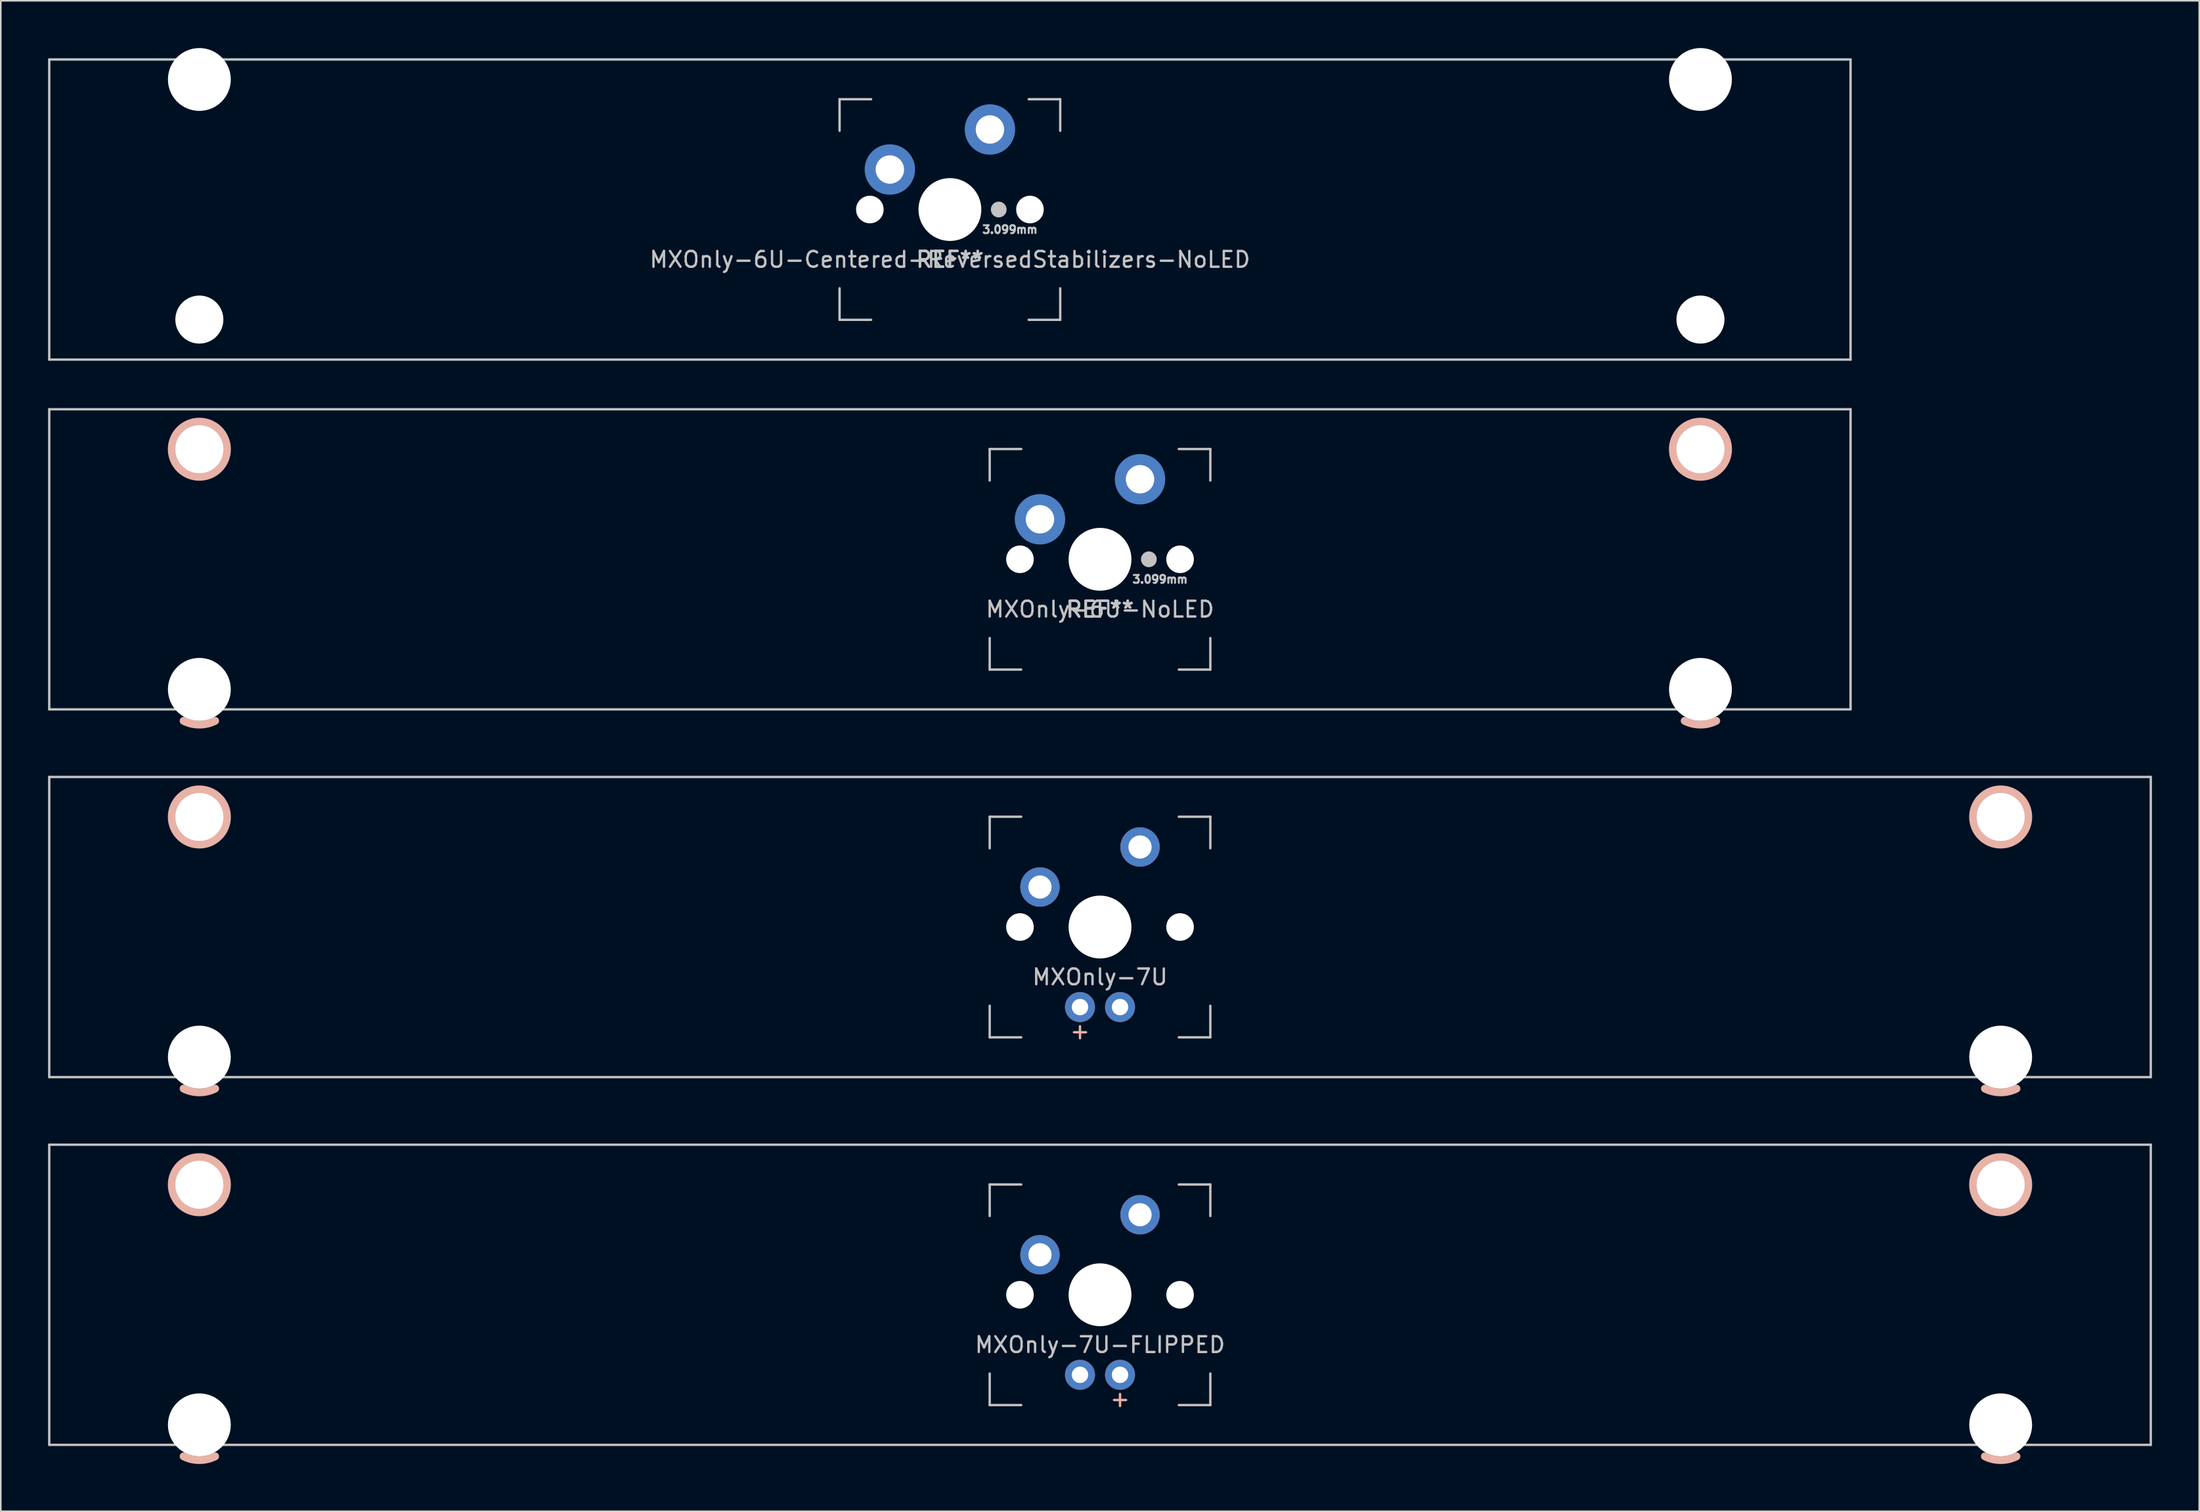
<source format=kicad_pcb>
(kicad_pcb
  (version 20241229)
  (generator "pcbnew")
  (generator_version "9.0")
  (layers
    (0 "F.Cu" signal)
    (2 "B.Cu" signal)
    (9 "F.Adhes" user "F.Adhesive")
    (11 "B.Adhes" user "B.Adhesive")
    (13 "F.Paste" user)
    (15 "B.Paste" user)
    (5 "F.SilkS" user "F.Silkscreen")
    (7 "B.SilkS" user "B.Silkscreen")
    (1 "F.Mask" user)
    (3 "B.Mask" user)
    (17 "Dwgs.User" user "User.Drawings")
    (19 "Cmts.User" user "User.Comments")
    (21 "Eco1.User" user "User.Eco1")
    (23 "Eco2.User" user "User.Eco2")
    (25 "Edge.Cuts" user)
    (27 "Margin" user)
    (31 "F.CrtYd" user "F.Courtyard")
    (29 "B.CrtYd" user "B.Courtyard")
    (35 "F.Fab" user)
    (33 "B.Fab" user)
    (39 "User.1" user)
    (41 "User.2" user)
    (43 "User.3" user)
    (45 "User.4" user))
  (footprint "MXOnly-7U"
    (layer "F.Cu")
    (at 66.75 55.79)
    (property "Reference" "MXOnly-7U" (at 0 3.175 0) (layer "Dwgs.User") (effects (font (size 1 1) (thickness 0.15))))
    (attr through_hole)
    (fp_arc (start -56.15 10.255) (mid -57.149413 10.491068) (end -58.148949 10.255525) (stroke (width 0.5) (type solid)) (layer "B.SilkS"))
    (fp_arc (start 58.15 10.255) (mid 57.150587 10.491068) (end 56.151051 10.255525) (stroke (width 0.5) (type solid)) (layer "B.SilkS"))
    (fp_circle (center -57.15 -6.985) (end -55.4 -6.985) (stroke (width 0.5) (type solid)) (fill no) (layer "B.SilkS"))
    (fp_circle (center 57.15 -6.985) (end 58.9 -6.985) (stroke (width 0.5) (type solid)) (fill no) (layer "B.SilkS"))
    (fp_line (start -66.675 -9.525) (end 66.675 -9.525) (stroke (width 0.15) (type solid)) (layer "Dwgs.User"))
    (fp_line (start -66.675 9.525) (end -66.675 -9.525) (stroke (width 0.15) (type solid)) (layer "Dwgs.User"))
    (fp_line (start -66.675 9.525) (end 66.675 9.525) (stroke (width 0.15) (type solid)) (layer "Dwgs.User"))
    (fp_line (start -7 -7) (end -7 -5) (stroke (width 0.15) (type solid)) (layer "Dwgs.User"))
    (fp_line (start -7 5) (end -7 7) (stroke (width 0.15) (type solid)) (layer "Dwgs.User"))
    (fp_line (start -7 7) (end -5 7) (stroke (width 0.15) (type solid)) (layer "Dwgs.User"))
    (fp_line (start -5 -7) (end -7 -7) (stroke (width 0.15) (type solid)) (layer "Dwgs.User"))
    (fp_line (start 5 -7) (end 7 -7) (stroke (width 0.15) (type solid)) (layer "Dwgs.User"))
    (fp_line (start 5 7) (end 7 7) (stroke (width 0.15) (type solid)) (layer "Dwgs.User"))
    (fp_line (start 7 -7) (end 7 -5) (stroke (width 0.15) (type solid)) (layer "Dwgs.User"))
    (fp_line (start 7 7) (end 7 5) (stroke (width 0.15) (type solid)) (layer "Dwgs.User"))
    (fp_line (start 66.675 -9.525) (end 66.675 9.525) (stroke (width 0.15) (type solid)) (layer "Dwgs.User"))
    (fp_text user "+" (at -1.27 6.604 0) (layer "B.SilkS") (effects (font (size 1 1) (thickness 0.15))))
    (pad "" np_thru_hole circle (at -57.15 -6.985) (size 3.048 3.048) (drill 3.048) (layers "*.Cu" "*.Mask"))
    (pad "" np_thru_hole circle (at -57.15 8.255) (size 3.988 3.988) (drill 3.988) (layers "*.Cu" "*.Mask"))
    (pad "" np_thru_hole circle (at -5.08 0 48.1) (size 1.75 1.75) (drill 1.75) (layers "*.Cu" "*.Mask"))
    (pad "" np_thru_hole circle (at 0 0) (size 3.988 3.988) (drill 3.988) (layers "*.Cu" "*.Mask"))
    (pad "" np_thru_hole circle (at 5.08 0 48.1) (size 1.75 1.75) (drill 1.75) (layers "*.Cu" "*.Mask"))
    (pad "" np_thru_hole circle (at 57.15 -6.985) (size 3.048 3.048) (drill 3.048) (layers "*.Cu" "*.Mask"))
    (pad "" np_thru_hole circle (at 57.15 8.255) (size 3.988 3.988) (drill 3.988) (layers "*.Cu" "*.Mask"))
    (pad "1" thru_hole circle (at -3.81 -2.54) (size 2.5 2.5) (drill 1.47) (layers "*.Cu" "*.Mask"))
    (pad "2" thru_hole circle (at 2.54 -5.08) (size 2.5 2.5) (drill 1.47) (layers "*.Cu" "*.Mask"))
    (pad "3" thru_hole circle (at -1.27 5.08) (size 1.905 1.905) (drill 1.04) (layers "*.Cu" "*.Mask"))
    (pad "4" thru_hole circle (at 1.27 5.08) (size 1.905 1.905) (drill 1.04) (layers "*.Cu" "*.Mask")))
  (footprint "MXOnly-6U-Centered-ReversedStabilizers-NoLED"
    (layer "F.Cu")
    (at 57.225 10.249)
    (property "Reference" "MXOnly-6U-Centered-ReversedStabilizers-NoLED" (at 0 3.175 0) (layer "Dwgs.User") (effects (font (size 1 1) (thickness 0.15))))
    (attr through_hole)
    (fp_line (start -57.15 -9.525) (end 57.15 -9.525) (stroke (width 0.15) (type solid)) (layer "Dwgs.User"))
    (fp_line (start -57.15 9.525) (end -57.15 -9.525) (stroke (width 0.15) (type solid)) (layer "Dwgs.User"))
    (fp_line (start -57.15 9.525) (end 57.15 9.525) (stroke (width 0.15) (type solid)) (layer "Dwgs.User"))
    (fp_line (start -7 -7) (end -7 -5) (stroke (width 0.15) (type solid)) (layer "Dwgs.User"))
    (fp_line (start -7 5) (end -7 7) (stroke (width 0.15) (type solid)) (layer "Dwgs.User"))
    (fp_line (start -7 7) (end -5 7) (stroke (width 0.15) (type solid)) (layer "Dwgs.User"))
    (fp_line (start -5 -7) (end -7 -7) (stroke (width 0.15) (type solid)) (layer "Dwgs.User"))
    (fp_line (start 5 -7) (end 7 -7) (stroke (width 0.15) (type solid)) (layer "Dwgs.User"))
    (fp_line (start 5 7) (end 7 7) (stroke (width 0.15) (type solid)) (layer "Dwgs.User"))
    (fp_line (start 7 -7) (end 7 -5) (stroke (width 0.15) (type solid)) (layer "Dwgs.User"))
    (fp_line (start 7 7) (end 7 5) (stroke (width 0.15) (type solid)) (layer "Dwgs.User"))
    (fp_line (start 57.15 -9.525) (end 57.15 9.525) (stroke (width 0.15) (type solid)) (layer "Dwgs.User"))
    (fp_text user "REF**" (at 0 3.175 0) (layer "Dwgs.User") (effects (font (size 1 1) (thickness 0.15))))
    (fp_text user "REF**" (at 0 3.175 0) (layer "Dwgs.User") (effects (font (size 1 1) (thickness 0.15))))
    (fp_text user "3.099mm" (at 3.81 1.27 0) (layer "Dwgs.User") (effects (font (size 0.5 0.5) (thickness 0.125))))
    (fp_text user "REF**" (at 0 3.175 0) (layer "Dwgs.User") (effects (font (size 1 1) (thickness 0.15))))
    (pad "" np_thru_hole circle (at -47.625 -8.255) (size 3.988 3.988) (drill 3.988) (layers "*.Cu" "*.Mask"))
    (pad "" np_thru_hole circle (at -47.625 6.985) (size 3.048 3.048) (drill 3.048) (layers "*.Cu" "*.Mask"))
    (pad "" np_thru_hole circle (at -5.08 0 48.1) (size 1.75 1.75) (drill 1.75) (layers "*.Cu" "*.Mask"))
    (pad "" smd circle (at -3.81 -2.54) (size 2.8 2.8) (layers "B.Mask"))
    (pad "" np_thru_hole circle (at 0 0) (size 3.988 3.988) (drill 3.988) (layers "*.Cu" "*.Mask"))
    (pad "" smd circle (at 2.54 -5.08) (size 2.8 2.8) (layers "B.Mask"))
    (pad "" smd circle (at 3.099 0) (size 1 1) (layers "Dwgs.User"))
    (pad "" np_thru_hole circle (at 5.08 0 48.1) (size 1.75 1.75) (drill 1.75) (layers "*.Cu" "*.Mask"))
    (pad "" np_thru_hole circle (at 47.625 -8.255) (size 3.988 3.988) (drill 3.988) (layers "*.Cu" "*.Mask"))
    (pad "" np_thru_hole circle (at 47.625 6.985) (size 3.048 3.048) (drill 3.048) (layers "*.Cu" "*.Mask"))
    (pad "1" thru_hole circle (at -3.81 -2.54) (size 2.4 2.4) (drill 1.8) (layers "*.Cu"))
    (pad "1" smd circle (at -3.81 -2.54) (size 3.2 3.2) (layers "B.Cu"))
    (pad "2" thru_hole circle (at 2.54 -5.08) (size 2.4 2.4) (drill 1.8) (layers "*.Cu"))
    (pad "2" smd circle (at 2.54 -5.08) (size 3.2 3.2) (layers "B.Cu")))
  (footprint "MXOnly-7U-FLIPPED"
    (layer "F.Cu")
    (at 66.75 79.131)
    (property "Reference" "MXOnly-7U-FLIPPED" (at 0 3.175 0) (layer "Dwgs.User") (effects (font (size 1 1) (thickness 0.15))))
    (attr through_hole)
    (fp_arc (start -56.15 10.255) (mid -57.149413 10.491068) (end -58.148949 10.255525) (stroke (width 0.5) (type solid)) (layer "B.SilkS"))
    (fp_arc (start 58.15 10.255) (mid 57.150587 10.491068) (end 56.151051 10.255525) (stroke (width 0.5) (type solid)) (layer "B.SilkS"))
    (fp_circle (center -57.15 -6.985) (end -55.4 -6.985) (stroke (width 0.5) (type solid)) (fill no) (layer "B.SilkS"))
    (fp_circle (center 57.15 -6.985) (end 58.9 -6.985) (stroke (width 0.5) (type solid)) (fill no) (layer "B.SilkS"))
    (fp_line (start -66.675 -9.525) (end 66.675 -9.525) (stroke (width 0.15) (type solid)) (layer "Dwgs.User"))
    (fp_line (start -66.675 9.525) (end -66.675 -9.525) (stroke (width 0.15) (type solid)) (layer "Dwgs.User"))
    (fp_line (start -66.675 9.525) (end 66.675 9.525) (stroke (width 0.15) (type solid)) (layer "Dwgs.User"))
    (fp_line (start -7 -7) (end -7 -5) (stroke (width 0.15) (type solid)) (layer "Dwgs.User"))
    (fp_line (start -7 5) (end -7 7) (stroke (width 0.15) (type solid)) (layer "Dwgs.User"))
    (fp_line (start -7 7) (end -5 7) (stroke (width 0.15) (type solid)) (layer "Dwgs.User"))
    (fp_line (start -5 -7) (end -7 -7) (stroke (width 0.15) (type solid)) (layer "Dwgs.User"))
    (fp_line (start 5 -7) (end 7 -7) (stroke (width 0.15) (type solid)) (layer "Dwgs.User"))
    (fp_line (start 5 7) (end 7 7) (stroke (width 0.15) (type solid)) (layer "Dwgs.User"))
    (fp_line (start 7 -7) (end 7 -5) (stroke (width 0.15) (type solid)) (layer "Dwgs.User"))
    (fp_line (start 7 7) (end 7 5) (stroke (width 0.15) (type solid)) (layer "Dwgs.User"))
    (fp_line (start 66.675 -9.525) (end 66.675 9.525) (stroke (width 0.15) (type solid)) (layer "Dwgs.User"))
    (fp_text user "+" (at 1.27 6.604 0) (layer "B.SilkS") (effects (font (size 1 1) (thickness 0.15))))
    (pad "" np_thru_hole circle (at -57.15 -6.985) (size 3.048 3.048) (drill 3.048) (layers "*.Cu" "*.Mask"))
    (pad "" np_thru_hole circle (at -57.15 8.255) (size 3.988 3.988) (drill 3.988) (layers "*.Cu" "*.Mask"))
    (pad "" np_thru_hole circle (at -5.08 0 48.1) (size 1.75 1.75) (drill 1.75) (layers "*.Cu" "*.Mask"))
    (pad "" np_thru_hole circle (at 0 0) (size 3.988 3.988) (drill 3.988) (layers "*.Cu" "*.Mask"))
    (pad "" np_thru_hole circle (at 5.08 0 48.1) (size 1.75 1.75) (drill 1.75) (layers "*.Cu" "*.Mask"))
    (pad "" np_thru_hole circle (at 57.15 -6.985) (size 3.048 3.048) (drill 3.048) (layers "*.Cu" "*.Mask"))
    (pad "" np_thru_hole circle (at 57.15 8.255) (size 3.988 3.988) (drill 3.988) (layers "*.Cu" "*.Mask"))
    (pad "1" thru_hole circle (at -3.81 -2.54) (size 2.5 2.5) (drill 1.47) (layers "*.Cu" "*.Mask"))
    (pad "2" thru_hole circle (at 2.54 -5.08) (size 2.5 2.5) (drill 1.47) (layers "*.Cu" "*.Mask"))
    (pad "3" thru_hole circle (at 1.27 5.08) (size 1.905 1.905) (drill 1.04) (layers "*.Cu" "*.Mask"))
    (pad "4" thru_hole circle (at -1.27 5.08) (size 1.905 1.905) (drill 1.04) (layers "*.Cu" "*.Mask")))
  (footprint "MXOnly-6U-NoLED"
    (layer "F.Cu")
    (at 57.225 32.449)
    (property "Reference" "MXOnly-6U-NoLED" (at 9.525 3.175 0) (layer "Dwgs.User") (effects (font (size 1 1) (thickness 0.15))))
    (attr through_hole)
    (fp_arc (start -46.625 10.255) (mid -47.624413 10.491068) (end -48.623949 10.255525) (stroke (width 0.5) (type solid)) (layer "B.SilkS"))
    (fp_arc (start 48.625 10.255) (mid 47.625587 10.491068) (end 46.626051 10.255525) (stroke (width 0.5) (type solid)) (layer "B.SilkS"))
    (fp_circle (center -47.625 -6.985) (end -45.875 -6.985) (stroke (width 0.5) (type solid)) (fill no) (layer "B.SilkS"))
    (fp_circle (center 47.625 -6.985) (end 49.375 -6.985) (stroke (width 0.5) (type solid)) (fill no) (layer "B.SilkS"))
    (fp_line (start -57.15 -9.525) (end 57.15 -9.525) (stroke (width 0.15) (type solid)) (layer "Dwgs.User"))
    (fp_line (start -57.15 9.525) (end -57.15 -9.525) (stroke (width 0.15) (type solid)) (layer "Dwgs.User"))
    (fp_line (start -57.15 9.525) (end 57.15 9.525) (stroke (width 0.15) (type solid)) (layer "Dwgs.User"))
    (fp_line (start 2.525 -7) (end 2.525 -5) (stroke (width 0.15) (type solid)) (layer "Dwgs.User"))
    (fp_line (start 2.525 5) (end 2.525 7) (stroke (width 0.15) (type solid)) (layer "Dwgs.User"))
    (fp_line (start 2.525 7) (end 4.525 7) (stroke (width 0.15) (type solid)) (layer "Dwgs.User"))
    (fp_line (start 4.525 -7) (end 2.525 -7) (stroke (width 0.15) (type solid)) (layer "Dwgs.User"))
    (fp_line (start 14.525 -7) (end 16.525 -7) (stroke (width 0.15) (type solid)) (layer "Dwgs.User"))
    (fp_line (start 14.525 7) (end 16.525 7) (stroke (width 0.15) (type solid)) (layer "Dwgs.User"))
    (fp_line (start 16.525 -7) (end 16.525 -5) (stroke (width 0.15) (type solid)) (layer "Dwgs.User"))
    (fp_line (start 16.525 7) (end 16.525 5) (stroke (width 0.15) (type solid)) (layer "Dwgs.User"))
    (fp_line (start 57.15 -9.525) (end 57.15 9.525) (stroke (width 0.15) (type solid)) (layer "Dwgs.User"))
    (fp_text user "REF**" (at 9.525 3.175 0) (layer "Dwgs.User") (effects (font (size 1 1) (thickness 0.15))))
    (fp_text user "REF**" (at 9.525 3.175 0) (layer "Dwgs.User") (effects (font (size 1 1) (thickness 0.15))))
    (fp_text user "3.099mm" (at 13.335 1.27 0) (layer "Dwgs.User") (effects (font (size 0.5 0.5) (thickness 0.125))))
    (fp_text user "REF**" (at 9.525 3.175 0) (layer "Dwgs.User") (effects (font (size 1 1) (thickness 0.15))))
    (fp_text user "REF**" (at 9.525 3.175 0) (layer "Dwgs.User") (effects (font (size 1 1) (thickness 0.15))))
    (pad "" np_thru_hole circle (at -47.625 -6.985) (size 3.048 3.048) (drill 3.048) (layers "*.Cu" "*.Mask"))
    (pad "" np_thru_hole circle (at -47.625 8.255) (size 3.988 3.988) (drill 3.988) (layers "*.Cu" "*.Mask"))
    (pad "" np_thru_hole circle (at 4.445 0 48.1) (size 1.75 1.75) (drill 1.75) (layers "*.Cu" "*.Mask"))
    (pad "" smd circle (at 5.715 -2.54) (size 2.8 2.8) (layers "B.Mask"))
    (pad "" np_thru_hole circle (at 9.525 0) (size 3.988 3.988) (drill 3.988) (layers "*.Cu" "*.Mask"))
    (pad "" smd circle (at 12.065 -5.08) (size 2.8 2.8) (layers "B.Mask"))
    (pad "" smd circle (at 12.624 0) (size 1 1) (layers "Dwgs.User"))
    (pad "" np_thru_hole circle (at 14.605 0 48.1) (size 1.75 1.75) (drill 1.75) (layers "*.Cu" "*.Mask"))
    (pad "" np_thru_hole circle (at 47.625 -6.985) (size 3.048 3.048) (drill 3.048) (layers "*.Cu" "*.Mask"))
    (pad "" np_thru_hole circle (at 47.625 8.255) (size 3.988 3.988) (drill 3.988) (layers "*.Cu" "*.Mask"))
    (pad "1" thru_hole circle (at 5.715 -2.54) (size 2.4 2.4) (drill 1.8) (layers "*.Cu"))
    (pad "1" smd circle (at 5.715 -2.54) (size 3.2 3.2) (layers "B.Cu"))
    (pad "2" thru_hole circle (at 12.065 -5.08) (size 2.4 2.4) (drill 1.8) (layers "*.Cu"))
    (pad "2" smd circle (at 12.065 -5.08) (size 3.2 3.2) (layers "B.Cu")))
  (gr_rect
    (start -3 -3)
    (end 136.5 92.872)
    (stroke (width 0.1) (type default))
    (fill no)
    (layer "Edge.Cuts")))
</source>
